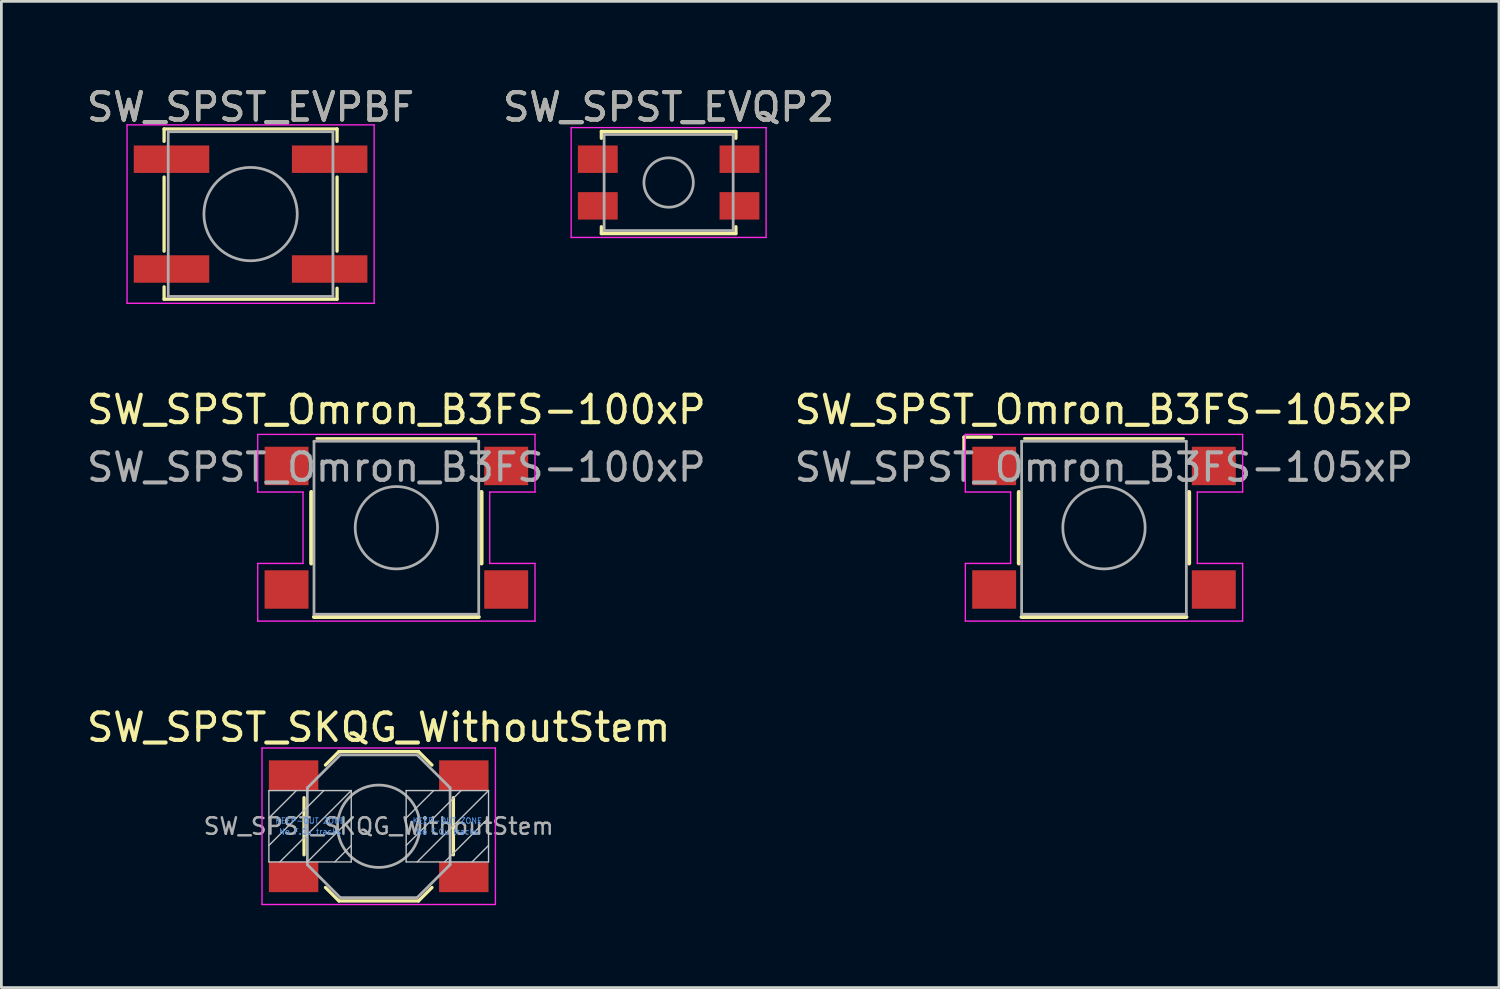
<source format=kicad_pcb>
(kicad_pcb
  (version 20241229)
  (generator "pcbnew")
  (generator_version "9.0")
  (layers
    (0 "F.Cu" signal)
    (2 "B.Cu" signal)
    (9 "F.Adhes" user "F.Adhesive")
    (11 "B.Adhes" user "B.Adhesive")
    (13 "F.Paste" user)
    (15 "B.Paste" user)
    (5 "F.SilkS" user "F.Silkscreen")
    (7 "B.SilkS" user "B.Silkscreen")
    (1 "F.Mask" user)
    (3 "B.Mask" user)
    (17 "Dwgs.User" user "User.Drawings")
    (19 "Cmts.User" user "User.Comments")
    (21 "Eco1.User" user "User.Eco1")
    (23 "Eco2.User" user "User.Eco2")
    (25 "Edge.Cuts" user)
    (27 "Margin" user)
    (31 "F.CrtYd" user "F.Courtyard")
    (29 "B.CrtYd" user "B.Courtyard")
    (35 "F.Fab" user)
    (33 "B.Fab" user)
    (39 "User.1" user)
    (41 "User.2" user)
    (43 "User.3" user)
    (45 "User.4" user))
  (footprint "SW_SPST_Omron_B3FS-100xP"
    (layer "F.Cu")
    (at 11.387 16.172)
    (property "Reference" "SW_SPST_Omron_B3FS-100xP" (at 0 -4.3 0) (layer "F.SilkS") (effects (font (size 1 1) (thickness 0.15))))
    (attr smd)
    (fp_line (start -3.1 -1.3) (end -3.1 1.3) (stroke (width 0.15) (type solid)) (layer "F.SilkS"))
    (fp_line (start 2.9 -3.25) (end -2.9 -3.25) (stroke (width 0.1) (type solid)) (layer "F.SilkS"))
    (fp_line (start 3 3.25) (end -3 3.25) (stroke (width 0.15) (type solid)) (layer "F.SilkS"))
    (fp_line (start 3.1 -1.3) (end 3.1 1.3) (stroke (width 0.15) (type solid)) (layer "F.SilkS"))
    (fp_line (start -5.05 -3.4) (end 5.05 -3.4) (stroke (width 0.05) (type solid)) (layer "F.CrtYd"))
    (fp_line (start -5.05 -1.3) (end -5.05 -3.4) (stroke (width 0.05) (type solid)) (layer "F.CrtYd"))
    (fp_line (start -5.05 1.3) (end -3.4 1.3) (stroke (width 0.05) (type solid)) (layer "F.CrtYd"))
    (fp_line (start -5.05 3.4) (end -5.05 1.3) (stroke (width 0.05) (type solid)) (layer "F.CrtYd"))
    (fp_line (start -3.4 -1.3) (end -5.05 -1.3) (stroke (width 0.05) (type solid)) (layer "F.CrtYd"))
    (fp_line (start -3.4 1.3) (end -3.4 -1.3) (stroke (width 0.05) (type solid)) (layer "F.CrtYd"))
    (fp_line (start 3.4 -1.3) (end 3.4 1.3) (stroke (width 0.05) (type solid)) (layer "F.CrtYd"))
    (fp_line (start 3.4 1.3) (end 5.05 1.3) (stroke (width 0.05) (type solid)) (layer "F.CrtYd"))
    (fp_line (start 5.05 -3.4) (end 5.05 -1.3) (stroke (width 0.05) (type solid)) (layer "F.CrtYd"))
    (fp_line (start 5.05 -1.3) (end 3.4 -1.3) (stroke (width 0.05) (type solid)) (layer "F.CrtYd"))
    (fp_line (start 5.05 1.3) (end 5.05 3.4) (stroke (width 0.05) (type solid)) (layer "F.CrtYd"))
    (fp_line (start 5.05 3.4) (end -5.05 3.4) (stroke (width 0.05) (type solid)) (layer "F.CrtYd"))
    (fp_line (start -3 -3.15) (end 3 -3.15) (stroke (width 0.1) (type solid)) (layer "F.Fab"))
    (fp_line (start -3 3.15) (end -3 -3.15) (stroke (width 0.1) (type solid)) (layer "F.Fab"))
    (fp_line (start 3 -3.15) (end 3 3.15) (stroke (width 0.1) (type solid)) (layer "F.Fab"))
    (fp_line (start 3 3.15) (end -3 3.15) (stroke (width 0.1) (type solid)) (layer "F.Fab"))
    (fp_circle (center 0 0) (end 1.5 0) (stroke (width 0.1) (type solid)) (fill no) (layer "F.Fab"))
    (fp_text user "${REFERENCE}" (at 0 -2.2 0) (layer "F.Fab") (effects (font (size 1 1) (thickness 0.15))))
    (pad "1" smd rect (at -4 -2.25 180) (size 1.6 1.4) (layers "F.Cu" "F.Mask" "F.Paste"))
    (pad "2" smd rect (at 4 -2.25 180) (size 1.6 1.4) (layers "F.Cu" "F.Mask" "F.Paste"))
    (pad "3" smd rect (at -4 2.25 180) (size 1.6 1.4) (layers "F.Cu" "F.Mask" "F.Paste"))
    (pad "4" smd rect (at 4 2.25 180) (size 1.6 1.4) (layers "F.Cu" "F.Mask" "F.Paste")))
  (footprint "SW_SPST_SKQG_WithoutStem"
    (layer "F.Cu")
    (at 10.744 27.045)
    (property "Reference" "SW_SPST_SKQG_WithoutStem" (at 0 -3.6 0) (layer "F.SilkS") (effects (font (size 1 1) (thickness 0.15))))
    (attr smd)
    (fp_line (start -2.72 1.04) (end -2.72 -1.04) (stroke (width 0.12) (type solid)) (layer "F.SilkS"))
    (fp_line (start -1.45 -2.72) (end -1.94 -2.23) (stroke (width 0.12) (type solid)) (layer "F.SilkS"))
    (fp_line (start -1.45 -2.72) (end 1.45 -2.72) (stroke (width 0.12) (type solid)) (layer "F.SilkS"))
    (fp_line (start -1.45 2.72) (end -1.94 2.23) (stroke (width 0.12) (type solid)) (layer "F.SilkS"))
    (fp_line (start -1.45 2.72) (end 1.45 2.72) (stroke (width 0.12) (type solid)) (layer "F.SilkS"))
    (fp_line (start 1.45 -2.72) (end 1.94 -2.23) (stroke (width 0.12) (type solid)) (layer "F.SilkS"))
    (fp_line (start 1.45 2.72) (end 1.94 2.23) (stroke (width 0.12) (type solid)) (layer "F.SilkS"))
    (fp_line (start 2.72 1.04) (end 2.72 -1.04) (stroke (width 0.12) (type solid)) (layer "F.SilkS"))
    (fp_line (start -4 -1.3) (end -1 -1.3) (stroke (width 0.05) (type solid)) (layer "Dwgs.User"))
    (fp_line (start -4 -0.3) (end -3 -1.3) (stroke (width 0.05) (type solid)) (layer "Dwgs.User"))
    (fp_line (start -4 0.7) (end -2 -1.3) (stroke (width 0.05) (type solid)) (layer "Dwgs.User"))
    (fp_line (start -4 1.3) (end -4 -1.3) (stroke (width 0.05) (type solid)) (layer "Dwgs.User"))
    (fp_line (start -2.6 1.3) (end -1 -0.3) (stroke (width 0.05) (type solid)) (layer "Dwgs.User"))
    (fp_line (start -1 -1.3) (end -3.6 1.3) (stroke (width 0.05) (type solid)) (layer "Dwgs.User"))
    (fp_line (start -1 -1.3) (end -1 1.3) (stroke (width 0.05) (type solid)) (layer "Dwgs.User"))
    (fp_line (start -1 0.7) (end -1.6 1.3) (stroke (width 0.05) (type solid)) (layer "Dwgs.User"))
    (fp_line (start -1 1.3) (end -4 1.3) (stroke (width 0.05) (type solid)) (layer "Dwgs.User"))
    (fp_line (start 1 -1.3) (end 4 -1.3) (stroke (width 0.05) (type solid)) (layer "Dwgs.User"))
    (fp_line (start 1 -0.3) (end 2 -1.3) (stroke (width 0.05) (type solid)) (layer "Dwgs.User"))
    (fp_line (start 1 0.7) (end 3 -1.3) (stroke (width 0.05) (type solid)) (layer "Dwgs.User"))
    (fp_line (start 1 1.3) (end 1 -1.3) (stroke (width 0.05) (type solid)) (layer "Dwgs.User"))
    (fp_line (start 2.4 1.3) (end 4 -0.3) (stroke (width 0.05) (type solid)) (layer "Dwgs.User"))
    (fp_line (start 4 -1.3) (end 1.4 1.3) (stroke (width 0.05) (type solid)) (layer "Dwgs.User"))
    (fp_line (start 4 -1.3) (end 4 1.3) (stroke (width 0.05) (type solid)) (layer "Dwgs.User"))
    (fp_line (start 4 0.7) (end 3.4 1.3) (stroke (width 0.05) (type solid)) (layer "Dwgs.User"))
    (fp_line (start 4 1.3) (end 1 1.3) (stroke (width 0.05) (type solid)) (layer "Dwgs.User"))
    (fp_line (start -4.25 -2.85) (end -4.25 2.85) (stroke (width 0.05) (type solid)) (layer "F.CrtYd"))
    (fp_line (start -4.25 2.85) (end 4.25 2.85) (stroke (width 0.05) (type solid)) (layer "F.CrtYd"))
    (fp_line (start 4.25 -2.85) (end -4.25 -2.85) (stroke (width 0.05) (type solid)) (layer "F.CrtYd"))
    (fp_line (start 4.25 2.85) (end 4.25 -2.85) (stroke (width 0.05) (type solid)) (layer "F.CrtYd"))
    (fp_line (start -2.6 -1.4) (end -1.4 -2.6) (stroke (width 0.1) (type solid)) (layer "F.Fab"))
    (fp_line (start -2.6 1.4) (end -2.6 -1.4) (stroke (width 0.1) (type solid)) (layer "F.Fab"))
    (fp_line (start -1.4 -2.6) (end 1.4 -2.6) (stroke (width 0.1) (type solid)) (layer "F.Fab"))
    (fp_line (start -1.4 2.6) (end -2.6 1.4) (stroke (width 0.1) (type solid)) (layer "F.Fab"))
    (fp_line (start 1.4 -2.6) (end 2.6 -1.4) (stroke (width 0.1) (type solid)) (layer "F.Fab"))
    (fp_line (start 1.4 2.6) (end -1.4 2.6) (stroke (width 0.1) (type solid)) (layer "F.Fab"))
    (fp_line (start 2.6 -1.4) (end 2.6 1.4) (stroke (width 0.1) (type solid)) (layer "F.Fab"))
    (fp_line (start 2.6 1.4) (end 1.4 2.6) (stroke (width 0.1) (type solid)) (layer "F.Fab"))
    (fp_circle (center 0 0) (end 1.5 0) (stroke (width 0.1) (type solid)) (fill no) (layer "F.Fab"))
    (fp_text user "No F.Cu tracks" (at -2.5 0.2 0) (layer "Cmts.User") (effects (font (size 0.2 0.2) (thickness 0.03))))
    (fp_text user "KEEP-OUT ZONE" (at -2.5 -0.2 0) (layer "Cmts.User") (effects (font (size 0.2 0.2) (thickness 0.03))))
    (fp_text user "No F.Cu tracks" (at 2.5 0.2 0) (layer "Cmts.User") (effects (font (size 0.2 0.2) (thickness 0.03))))
    (fp_text user "KEEP-OUT ZONE" (at 2.5 -0.2 0) (layer "Cmts.User") (effects (font (size 0.2 0.2) (thickness 0.03))))
    (fp_text user "${REFERENCE}" (at 0 0 0) (layer "F.Fab") (effects (font (size 0.6 0.6) (thickness 0.09))))
    (pad "1" smd rect (at -3.1 -1.85) (size 1.8 1.1) (layers "F.Cu" "F.Mask" "F.Paste"))
    (pad "1" smd rect (at 3.1 -1.85) (size 1.8 1.1) (layers "F.Cu" "F.Mask" "F.Paste"))
    (pad "2" smd rect (at -3.1 1.85) (size 1.8 1.1) (layers "F.Cu" "F.Mask" "F.Paste"))
    (pad "2" smd rect (at 3.1 1.85) (size 1.8 1.1) (layers "F.Cu" "F.Mask" "F.Paste")))
  (footprint "SW_SPST_EVPBF"
    (layer "F.Cu")
    (at 6.077 4.748)
    (property "Reference" "SW_SPST_EVPBF" (at 0 -3.9 0) (layer "F.SilkS") (effects (font (size 1 1) (thickness 0.15))))
    (attr smd)
    (fp_line (start -3.15 -3.1) (end 3.15 -3.1) (stroke (width 0.12) (type solid)) (layer "F.SilkS"))
    (fp_line (start -3.15 -2.65) (end -3.15 -3.1) (stroke (width 0.12) (type solid)) (layer "F.SilkS"))
    (fp_line (start -3.15 1.35) (end -3.15 -1.35) (stroke (width 0.12) (type solid)) (layer "F.SilkS"))
    (fp_line (start -3.15 2.65) (end -3.15 3.1) (stroke (width 0.12) (type solid)) (layer "F.SilkS"))
    (fp_line (start -3.15 3.1) (end 3.15 3.1) (stroke (width 0.12) (type solid)) (layer "F.SilkS"))
    (fp_line (start 3.15 -3.1) (end 3.15 -2.65) (stroke (width 0.12) (type solid)) (layer "F.SilkS"))
    (fp_line (start 3.15 -1.35) (end 3.15 1.35) (stroke (width 0.12) (type solid)) (layer "F.SilkS"))
    (fp_line (start 3.15 3.1) (end 3.15 2.7) (stroke (width 0.12) (type solid)) (layer "F.SilkS"))
    (fp_line (start -4.5 -3.25) (end 4.5 -3.25) (stroke (width 0.05) (type solid)) (layer "F.CrtYd"))
    (fp_line (start -4.5 3.25) (end -4.5 -3.25) (stroke (width 0.05) (type solid)) (layer "F.CrtYd"))
    (fp_line (start 4.5 -3.25) (end 4.5 3.25) (stroke (width 0.05) (type solid)) (layer "F.CrtYd"))
    (fp_line (start 4.5 3.25) (end -4.5 3.25) (stroke (width 0.05) (type solid)) (layer "F.CrtYd"))
    (fp_line (start -3 -3) (end 3 -3) (stroke (width 0.1) (type solid)) (layer "F.Fab"))
    (fp_line (start -3 3) (end -3 -3) (stroke (width 0.1) (type solid)) (layer "F.Fab"))
    (fp_line (start 3 -3) (end 3 3) (stroke (width 0.1) (type solid)) (layer "F.Fab"))
    (fp_line (start 3 3) (end -3 3) (stroke (width 0.1) (type solid)) (layer "F.Fab"))
    (fp_circle (center 0 0) (end 1.7 0) (stroke (width 0.1) (type solid)) (fill no) (layer "F.Fab"))
    (fp_text user "${REFERENCE}" (at 0 -3.9 0) (layer "F.Fab") (effects (font (size 1 1) (thickness 0.15))))
    (pad "1" smd rect (at -2.88 -2) (size 2.75 1) (layers "F.Cu" "F.Mask" "F.Paste"))
    (pad "1" smd rect (at 2.88 -2) (size 2.75 1) (layers "F.Cu" "F.Mask" "F.Paste"))
    (pad "2" smd rect (at -2.88 2) (size 2.75 1) (layers "F.Cu" "F.Mask" "F.Paste"))
    (pad "2" smd rect (at 2.88 2) (size 2.75 1) (layers "F.Cu" "F.Mask" "F.Paste")))
  (footprint "SW_SPST_Omron_B3FS-105xP"
    (layer "F.Cu")
    (at 37.161 16.172)
    (property "Reference" "SW_SPST_Omron_B3FS-105xP" (at 0 -4.3 0) (layer "F.SilkS") (effects (font (size 1 1) (thickness 0.15))))
    (attr smd)
    (fp_line (start -5.1 -3.3) (end -4.1 -3.3) (stroke (width 0.12) (type solid)) (layer "F.SilkS"))
    (fp_line (start -5.1 -2.3) (end -5.1 -3.3) (stroke (width 0.12) (type solid)) (layer "F.SilkS"))
    (fp_line (start -3.1 -1.3) (end -3.1 1.3) (stroke (width 0.15) (type solid)) (layer "F.SilkS"))
    (fp_line (start 2.9 -3.25) (end -2.9 -3.25) (stroke (width 0.1) (type solid)) (layer "F.SilkS"))
    (fp_line (start 3 3.25) (end -3 3.25) (stroke (width 0.15) (type solid)) (layer "F.SilkS"))
    (fp_line (start 3.1 -1.3) (end 3.1 1.3) (stroke (width 0.15) (type solid)) (layer "F.SilkS"))
    (fp_line (start -5.05 -3.4) (end 5.05 -3.4) (stroke (width 0.05) (type solid)) (layer "F.CrtYd"))
    (fp_line (start -5.05 -1.3) (end -5.05 -3.4) (stroke (width 0.05) (type solid)) (layer "F.CrtYd"))
    (fp_line (start -5.05 1.3) (end -3.4 1.3) (stroke (width 0.05) (type solid)) (layer "F.CrtYd"))
    (fp_line (start -5.05 3.4) (end -5.05 1.3) (stroke (width 0.05) (type solid)) (layer "F.CrtYd"))
    (fp_line (start -3.4 -1.3) (end -5.05 -1.3) (stroke (width 0.05) (type solid)) (layer "F.CrtYd"))
    (fp_line (start -3.4 1.3) (end -3.4 -1.3) (stroke (width 0.05) (type solid)) (layer "F.CrtYd"))
    (fp_line (start 3.4 -1.3) (end 3.4 1.3) (stroke (width 0.05) (type solid)) (layer "F.CrtYd"))
    (fp_line (start 3.4 1.3) (end 5.05 1.3) (stroke (width 0.05) (type solid)) (layer "F.CrtYd"))
    (fp_line (start 5.05 -3.4) (end 5.05 -1.3) (stroke (width 0.05) (type solid)) (layer "F.CrtYd"))
    (fp_line (start 5.05 -1.3) (end 3.4 -1.3) (stroke (width 0.05) (type solid)) (layer "F.CrtYd"))
    (fp_line (start 5.05 1.3) (end 5.05 3.4) (stroke (width 0.05) (type solid)) (layer "F.CrtYd"))
    (fp_line (start 5.05 3.4) (end -5.05 3.4) (stroke (width 0.05) (type solid)) (layer "F.CrtYd"))
    (fp_line (start -3 -3.15) (end 3 -3.15) (stroke (width 0.1) (type solid)) (layer "F.Fab"))
    (fp_line (start -3 3.15) (end -3 -3.15) (stroke (width 0.1) (type solid)) (layer "F.Fab"))
    (fp_line (start 3 -3.15) (end 3 3.15) (stroke (width 0.1) (type solid)) (layer "F.Fab"))
    (fp_line (start 3 3.15) (end -3 3.15) (stroke (width 0.1) (type solid)) (layer "F.Fab"))
    (fp_circle (center 0 0) (end 1.5 0) (stroke (width 0.1) (type solid)) (fill no) (layer "F.Fab"))
    (fp_text user "${REFERENCE}" (at 0 -2.2 0) (layer "F.Fab") (effects (font (size 1 1) (thickness 0.15))))
    (pad "1" smd rect (at -4 -2.25 180) (size 1.6 1.4) (layers "F.Cu" "F.Mask" "F.Paste"))
    (pad "2" smd rect (at 4 -2.25 180) (size 1.6 1.4) (layers "F.Cu" "F.Mask" "F.Paste"))
    (pad "3" smd rect (at -4 2.25 180) (size 1.6 1.4) (layers "F.Cu" "F.Mask" "F.Paste"))
    (pad "4" smd rect (at 4 2.25 180) (size 1.6 1.4) (layers "F.Cu" "F.Mask" "F.Paste")))
  (footprint "SW_SPST_EVQP2"
    (layer "F.Cu")
    (at 21.304 3.598)
    (property "Reference" "SW_SPST_EVQP2" (at 0 -2.75 0) (layer "F.SilkS") (effects (font (size 1 1) (thickness 0.15))))
    (attr smd)
    (fp_line (start -2.45 -1.86) (end -2.45 -1.61) (stroke (width 0.12) (type solid)) (layer "F.SilkS"))
    (fp_line (start -2.45 1.61) (end -2.45 1.86) (stroke (width 0.12) (type solid)) (layer "F.SilkS"))
    (fp_line (start -2.45 1.86) (end 2.45 1.86) (stroke (width 0.12) (type solid)) (layer "F.SilkS"))
    (fp_line (start 2.45 -1.86) (end -2.45 -1.86) (stroke (width 0.12) (type solid)) (layer "F.SilkS"))
    (fp_line (start 2.45 -1.86) (end 2.45 -1.61) (stroke (width 0.12) (type solid)) (layer "F.SilkS"))
    (fp_line (start 2.45 1.61) (end 2.45 1.86) (stroke (width 0.12) (type solid)) (layer "F.SilkS"))
    (fp_line (start -3.55 -2) (end 3.55 -2) (stroke (width 0.05) (type solid)) (layer "F.CrtYd"))
    (fp_line (start -3.55 2) (end -3.55 -2) (stroke (width 0.05) (type solid)) (layer "F.CrtYd"))
    (fp_line (start 3.55 -2) (end 3.55 2) (stroke (width 0.05) (type solid)) (layer "F.CrtYd"))
    (fp_line (start 3.55 2) (end -3.55 2) (stroke (width 0.05) (type solid)) (layer "F.CrtYd"))
    (fp_line (start -2.35 -1.75) (end 2.35 -1.75) (stroke (width 0.1) (type solid)) (layer "F.Fab"))
    (fp_line (start -2.35 1.75) (end -2.35 -1.75) (stroke (width 0.1) (type solid)) (layer "F.Fab"))
    (fp_line (start 2.35 -1.75) (end 2.35 1.75) (stroke (width 0.1) (type solid)) (layer "F.Fab"))
    (fp_line (start 2.35 1.75) (end -2.35 1.75) (stroke (width 0.1) (type solid)) (layer "F.Fab"))
    (fp_circle (center 0 0) (end 0.9 0) (stroke (width 0.1) (type solid)) (fill no) (layer "F.Fab"))
    (fp_text user "${REFERENCE}" (at 0 -2.75 0) (layer "F.Fab") (effects (font (size 1 1) (thickness 0.15))))
    (pad "1" smd rect (at -2.58 -0.85) (size 1.45 1) (layers "F.Cu" "F.Mask" "F.Paste"))
    (pad "1" smd rect (at 2.58 -0.85) (size 1.45 1) (layers "F.Cu" "F.Mask" "F.Paste"))
    (pad "2" smd rect (at -2.58 0.85) (size 1.45 1) (layers "F.Cu" "F.Mask" "F.Paste"))
    (pad "2" smd rect (at 2.58 0.85) (size 1.45 1) (layers "F.Cu" "F.Mask" "F.Paste")))
  (gr_rect
    (start -3 -3)
    (end 51.548 32.92)
    (stroke (width 0.1) (type default))
    (fill no)
    (layer "Edge.Cuts")))
</source>
